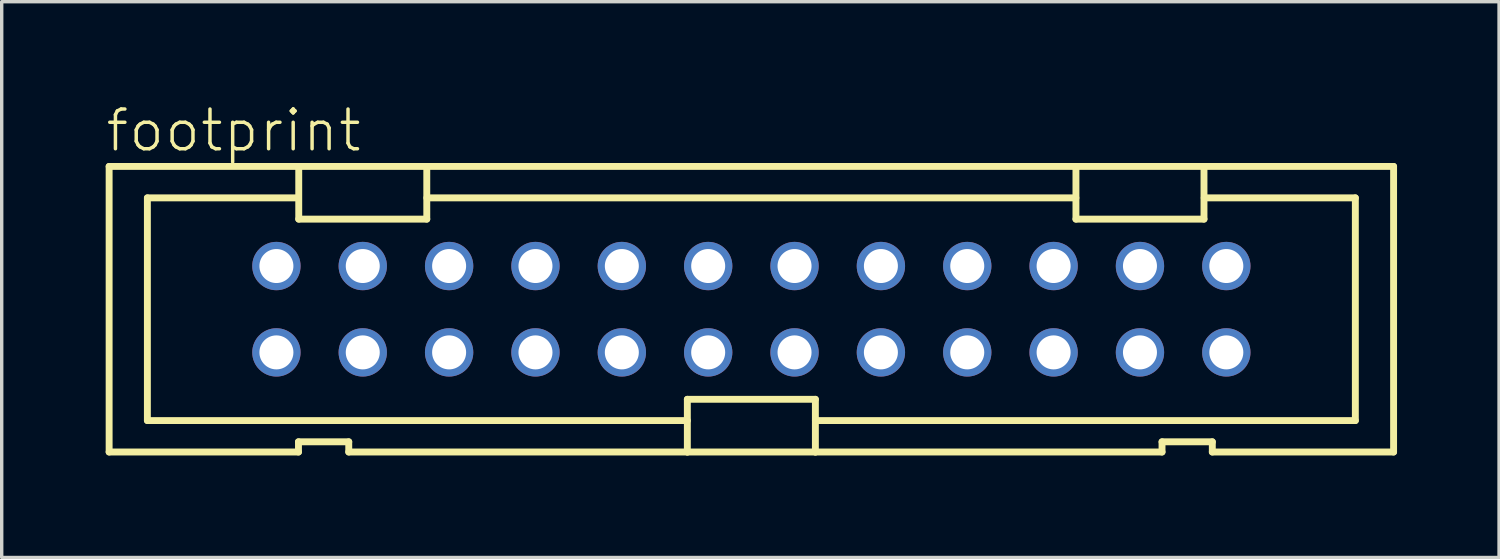
<source format=kicad_pcb>
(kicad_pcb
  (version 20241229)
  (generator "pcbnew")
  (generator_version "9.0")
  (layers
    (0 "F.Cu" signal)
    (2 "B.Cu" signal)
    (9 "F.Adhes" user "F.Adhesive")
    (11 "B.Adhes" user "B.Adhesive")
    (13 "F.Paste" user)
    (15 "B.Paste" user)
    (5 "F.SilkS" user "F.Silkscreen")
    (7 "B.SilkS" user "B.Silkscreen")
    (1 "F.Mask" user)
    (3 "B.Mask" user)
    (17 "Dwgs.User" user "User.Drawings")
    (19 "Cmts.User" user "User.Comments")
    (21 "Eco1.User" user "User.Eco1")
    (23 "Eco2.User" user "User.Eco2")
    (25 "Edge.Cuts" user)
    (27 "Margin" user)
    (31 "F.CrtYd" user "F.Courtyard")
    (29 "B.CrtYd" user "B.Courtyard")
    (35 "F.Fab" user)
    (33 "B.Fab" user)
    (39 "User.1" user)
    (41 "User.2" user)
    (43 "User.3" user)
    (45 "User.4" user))
  (footprint "footprint"
    (layer "F.Cu")
    (at 19.05 6.045)
    (property "Reference" "footprint" (at -19.05 -4.572 0) (layer "F.SilkS") (effects (font (size 1.168 1.168) (thickness 0.102)) (justify left bottom)))
    (fp_line (start -18.89 -4.2) (end -13.313 -4.2) (stroke (width 0.203) (type solid)) (layer "F.SilkS"))
    (fp_line (start -18.89 4.2) (end -18.89 -4.2) (stroke (width 0.203) (type solid)) (layer "F.SilkS"))
    (fp_line (start -17.765 -3.275) (end -13.32 -3.275) (stroke (width 0.203) (type solid)) (layer "F.SilkS"))
    (fp_line (start -17.765 3.275) (end -17.765 -3.275) (stroke (width 0.203) (type solid)) (layer "F.SilkS"))
    (fp_line (start -13.321 3.9) (end -13.321 4.2) (stroke (width 0.203) (type solid)) (layer "F.SilkS"))
    (fp_line (start -13.321 4.2) (end -18.89 4.2) (stroke (width 0.203) (type solid)) (layer "F.SilkS"))
    (fp_line (start -13.313 -4.2) (end -13.313 -2.65) (stroke (width 0.203) (type solid)) (layer "F.SilkS"))
    (fp_line (start -13.313 -4.2) (end -9.547 -4.2) (stroke (width 0.203) (type solid)) (layer "F.SilkS"))
    (fp_line (start -13.313 -2.65) (end -9.547 -2.65) (stroke (width 0.203) (type solid)) (layer "F.SilkS"))
    (fp_line (start -11.842 3.9) (end -13.321 3.9) (stroke (width 0.203) (type solid)) (layer "F.SilkS"))
    (fp_line (start -11.842 4.2) (end -11.842 3.9) (stroke (width 0.203) (type solid)) (layer "F.SilkS"))
    (fp_line (start -9.547 -4.2) (end 9.547 -4.2) (stroke (width 0.203) (type solid)) (layer "F.SilkS"))
    (fp_line (start -9.547 -2.65) (end -9.547 -4.2) (stroke (width 0.203) (type solid)) (layer "F.SilkS"))
    (fp_line (start -9.545 -3.275) (end 9.545 -3.275) (stroke (width 0.203) (type solid)) (layer "F.SilkS"))
    (fp_line (start -1.883 2.65) (end -1.883 4.2) (stroke (width 0.203) (type solid)) (layer "F.SilkS"))
    (fp_line (start -1.883 3.275) (end -17.765 3.275) (stroke (width 0.203) (type solid)) (layer "F.SilkS"))
    (fp_line (start -1.883 4.2) (end -11.842 4.2) (stroke (width 0.203) (type solid)) (layer "F.SilkS"))
    (fp_line (start 1.883 2.65) (end -1.883 2.65) (stroke (width 0.203) (type solid)) (layer "F.SilkS"))
    (fp_line (start 1.883 4.2) (end -1.883 4.2) (stroke (width 0.203) (type solid)) (layer "F.SilkS"))
    (fp_line (start 1.883 4.2) (end 1.883 2.65) (stroke (width 0.203) (type solid)) (layer "F.SilkS"))
    (fp_line (start 9.547 -4.2) (end 9.547 -2.65) (stroke (width 0.203) (type solid)) (layer "F.SilkS"))
    (fp_line (start 9.547 -4.2) (end 13.313 -4.2) (stroke (width 0.203) (type solid)) (layer "F.SilkS"))
    (fp_line (start 9.547 -2.65) (end 13.313 -2.65) (stroke (width 0.203) (type solid)) (layer "F.SilkS"))
    (fp_line (start 12.079 3.9) (end 12.079 4.2) (stroke (width 0.203) (type solid)) (layer "F.SilkS"))
    (fp_line (start 12.079 4.2) (end 1.883 4.2) (stroke (width 0.203) (type solid)) (layer "F.SilkS"))
    (fp_line (start 13.313 -4.2) (end 18.89 -4.2) (stroke (width 0.203) (type solid)) (layer "F.SilkS"))
    (fp_line (start 13.313 -2.65) (end 13.313 -4.2) (stroke (width 0.203) (type solid)) (layer "F.SilkS"))
    (fp_line (start 13.32 -3.275) (end 17.765 -3.275) (stroke (width 0.203) (type solid)) (layer "F.SilkS"))
    (fp_line (start 13.558 3.9) (end 12.079 3.9) (stroke (width 0.203) (type solid)) (layer "F.SilkS"))
    (fp_line (start 13.558 4.2) (end 13.558 3.9) (stroke (width 0.203) (type solid)) (layer "F.SilkS"))
    (fp_line (start 17.765 -3.275) (end 17.765 3.275) (stroke (width 0.203) (type solid)) (layer "F.SilkS"))
    (fp_line (start 17.765 3.275) (end 1.883 3.275) (stroke (width 0.203) (type solid)) (layer "F.SilkS"))
    (fp_line (start 18.89 -4.2) (end 18.89 4.2) (stroke (width 0.203) (type solid)) (layer "F.SilkS"))
    (fp_line (start 18.89 4.2) (end 13.558 4.2) (stroke (width 0.203) (type solid)) (layer "F.SilkS"))
    (pad "1" thru_hole circle (at -13.97 1.27) (size 1.422 1.422) (drill 1) (layers "*.Cu" "*.Mask"))
    (pad "2" thru_hole circle (at -13.97 -1.27) (size 1.422 1.422) (drill 1) (layers "*.Cu" "*.Mask"))
    (pad "3" thru_hole circle (at -11.43 1.27) (size 1.422 1.422) (drill 1) (layers "*.Cu" "*.Mask"))
    (pad "4" thru_hole circle (at -11.43 -1.27) (size 1.422 1.422) (drill 1) (layers "*.Cu" "*.Mask"))
    (pad "5" thru_hole circle (at -8.89 1.27) (size 1.422 1.422) (drill 1) (layers "*.Cu" "*.Mask"))
    (pad "6" thru_hole circle (at -8.89 -1.27) (size 1.422 1.422) (drill 1) (layers "*.Cu" "*.Mask"))
    (pad "7" thru_hole circle (at -6.35 1.27) (size 1.422 1.422) (drill 1) (layers "*.Cu" "*.Mask"))
    (pad "8" thru_hole circle (at -6.35 -1.27) (size 1.422 1.422) (drill 1) (layers "*.Cu" "*.Mask"))
    (pad "9" thru_hole circle (at -3.81 1.27) (size 1.422 1.422) (drill 1) (layers "*.Cu" "*.Mask"))
    (pad "10" thru_hole circle (at -3.81 -1.27) (size 1.422 1.422) (drill 1) (layers "*.Cu" "*.Mask"))
    (pad "11" thru_hole circle (at -1.27 1.27) (size 1.422 1.422) (drill 1) (layers "*.Cu" "*.Mask"))
    (pad "12" thru_hole circle (at -1.27 -1.27) (size 1.422 1.422) (drill 1) (layers "*.Cu" "*.Mask"))
    (pad "13" thru_hole circle (at 1.27 1.27) (size 1.422 1.422) (drill 1) (layers "*.Cu" "*.Mask"))
    (pad "14" thru_hole circle (at 1.27 -1.27) (size 1.422 1.422) (drill 1) (layers "*.Cu" "*.Mask"))
    (pad "15" thru_hole circle (at 3.81 1.27) (size 1.422 1.422) (drill 1) (layers "*.Cu" "*.Mask"))
    (pad "16" thru_hole circle (at 3.81 -1.27) (size 1.422 1.422) (drill 1) (layers "*.Cu" "*.Mask"))
    (pad "17" thru_hole circle (at 6.35 1.27) (size 1.422 1.422) (drill 1) (layers "*.Cu" "*.Mask"))
    (pad "18" thru_hole circle (at 6.35 -1.27) (size 1.422 1.422) (drill 1) (layers "*.Cu" "*.Mask"))
    (pad "19" thru_hole circle (at 8.89 1.27) (size 1.422 1.422) (drill 1) (layers "*.Cu" "*.Mask"))
    (pad "20" thru_hole circle (at 8.89 -1.27) (size 1.422 1.422) (drill 1) (layers "*.Cu" "*.Mask"))
    (pad "21" thru_hole circle (at 11.43 1.27) (size 1.422 1.422) (drill 1) (layers "*.Cu" "*.Mask"))
    (pad "22" thru_hole circle (at 11.43 -1.27) (size 1.422 1.422) (drill 1) (layers "*.Cu" "*.Mask"))
    (pad "23" thru_hole circle (at 13.97 1.27) (size 1.422 1.422) (drill 1) (layers "*.Cu" "*.Mask"))
    (pad "24" thru_hole circle (at 13.97 -1.27) (size 1.422 1.422) (drill 1) (layers "*.Cu" "*.Mask")))
  (gr_rect
    (start -3 -3)
    (end 41.042 13.347)
    (stroke (width 0.1) (type default))
    (fill no)
    (layer "Edge.Cuts")))
</source>
